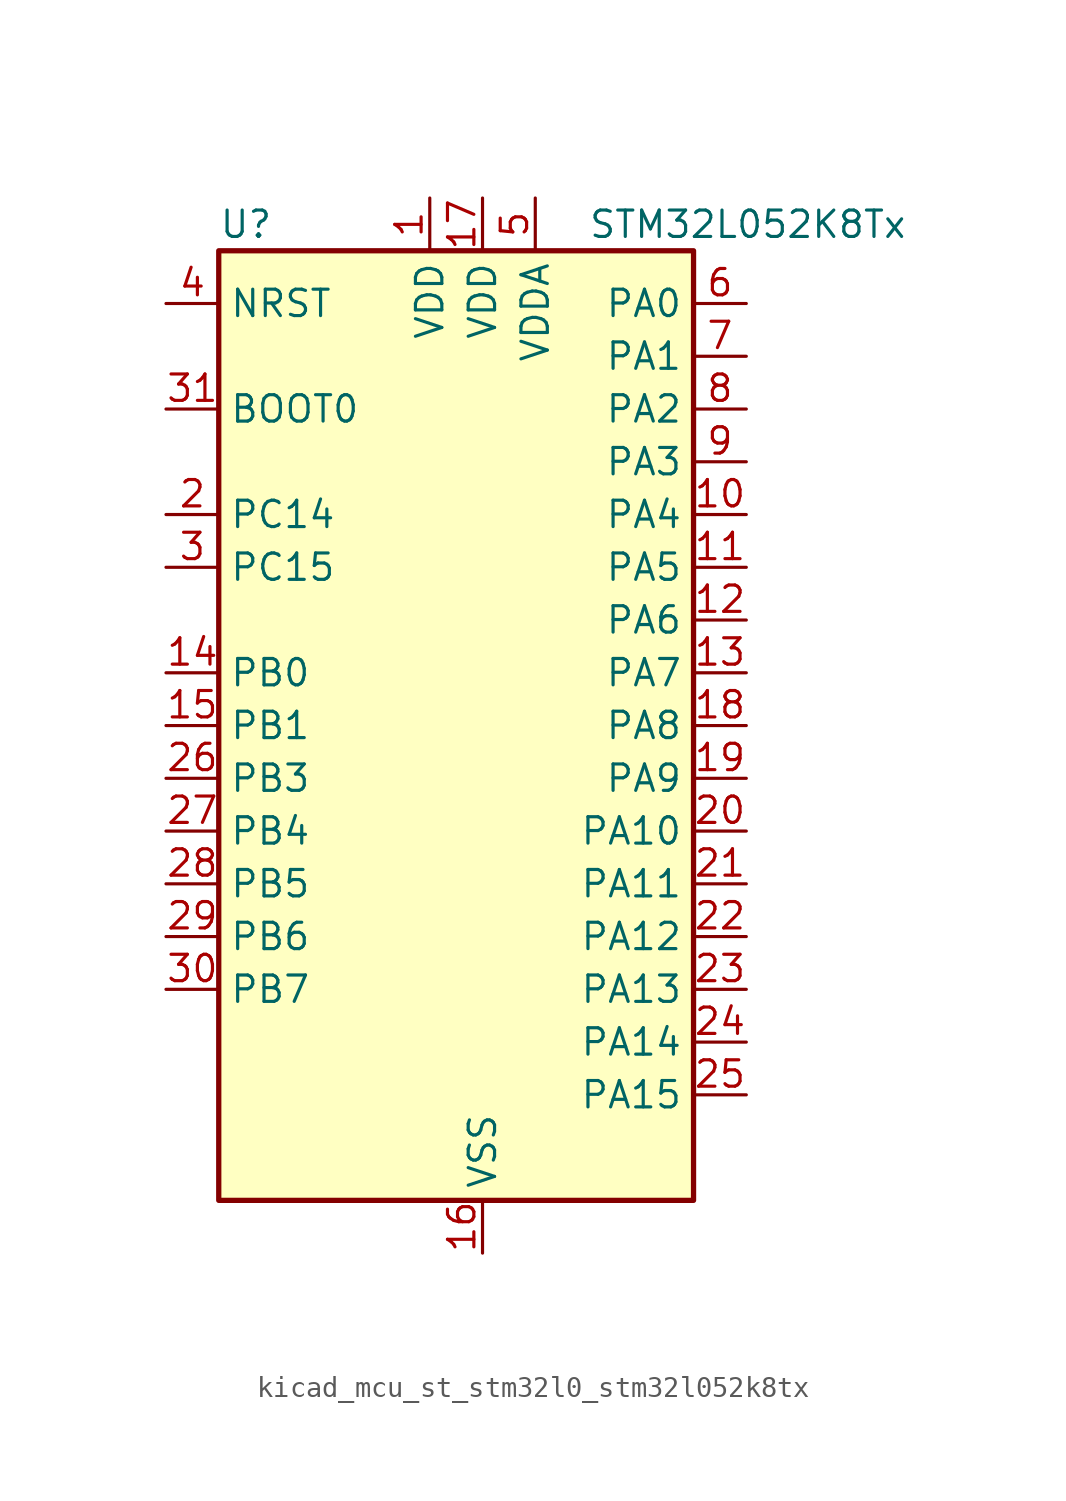
<source format=kicad_sym>
(kicad_symbol_lib
  (version 20220914)
  (generator kicad_symbol_editor)
  (symbol "kicad_mcu_st_stm32l0_stm32l052k8tx"
    (property "Reference" "U"
      (at -10.16 24.13 0)
      (effects (font (size 1.27 1.27)) (justify left)))
    (property "Value" "STM32L052K8Tx"
      (at 7.62 24.13 0)
      (effects (font (size 1.27 1.27)) (justify left)))
    (property "ki_locked" ""
      (at 0 0 0)
      (effects (font (size 1.27 1.27))))
    (symbol "kicad_mcu_st_stm32l0_stm32l052k8tx_0_1"
      (rectangle (start -10.16 -22.86) (end 12.7 22.86) (stroke (width 0.254) (type default)) (fill (type background))))
    (symbol "kicad_mcu_st_stm32l0_stm32l052k8tx_1_1"
      (pin power_in line (at 0 25.4 270) (length 2.54) (name "VDD" (effects (font (size 1.27 1.27)))) (number "1" (effects (font (size 1.27 1.27)))))
      (pin bidirectional line (at 15.24 10.16 180) (length 2.54) (name "PA4" (effects (font (size 1.27 1.27)))) (number "10" (effects (font (size 1.27 1.27)))) (alternate "ADC_IN4" bidirectional line) (alternate "COMP1_INM" bidirectional line) (alternate "COMP2_INM" bidirectional line) (alternate "DAC_OUT1" bidirectional line) (alternate "SPI1_NSS" bidirectional line) (alternate "TIM22_ETR" bidirectional line) (alternate "TSC_G2_IO1" bidirectional line) (alternate "USART2_CK" bidirectional line))
      (pin bidirectional line (at 15.24 7.62 180) (length 2.54) (name "PA5" (effects (font (size 1.27 1.27)))) (number "11" (effects (font (size 1.27 1.27)))) (alternate "ADC_IN5" bidirectional line) (alternate "COMP1_INM" bidirectional line) (alternate "COMP2_INM" bidirectional line) (alternate "SPI1_SCK" bidirectional line) (alternate "TIM2_CH1" bidirectional line) (alternate "TIM2_ETR" bidirectional line) (alternate "TSC_G2_IO2" bidirectional line))
      (pin bidirectional line (at 15.24 5.08 180) (length 2.54) (name "PA6" (effects (font (size 1.27 1.27)))) (number "12" (effects (font (size 1.27 1.27)))) (alternate "ADC_IN6" bidirectional line) (alternate "COMP1_OUT" bidirectional line) (alternate "SPI1_MISO" bidirectional line) (alternate "TIM22_CH1" bidirectional line) (alternate "TSC_G2_IO3" bidirectional line))
      (pin bidirectional line (at 15.24 2.54 180) (length 2.54) (name "PA7" (effects (font (size 1.27 1.27)))) (number "13" (effects (font (size 1.27 1.27)))) (alternate "ADC_IN7" bidirectional line) (alternate "COMP2_OUT" bidirectional line) (alternate "SPI1_MOSI" bidirectional line) (alternate "TIM22_CH2" bidirectional line) (alternate "TSC_G2_IO4" bidirectional line))
      (pin bidirectional line (at -12.7 2.54 0) (length 2.54) (name "PB0" (effects (font (size 1.27 1.27)))) (number "14" (effects (font (size 1.27 1.27)))) (alternate "ADC_IN8" bidirectional line) (alternate "SYS_VREF_OUT_PB0" bidirectional line) (alternate "TSC_G3_IO2" bidirectional line))
      (pin bidirectional line (at -12.7 0 0) (length 2.54) (name "PB1" (effects (font (size 1.27 1.27)))) (number "15" (effects (font (size 1.27 1.27)))) (alternate "ADC_IN9" bidirectional line) (alternate "SYS_VREF_OUT_PB1" bidirectional line) (alternate "TSC_G3_IO3" bidirectional line))
      (pin power_in line (at 2.54 -25.4 90) (length 2.54) (name "VSS" (effects (font (size 1.27 1.27)))) (number "16" (effects (font (size 1.27 1.27)))))
      (pin power_in line (at 2.54 25.4 270) (length 2.54) (name "VDD" (effects (font (size 1.27 1.27)))) (number "17" (effects (font (size 1.27 1.27)))))
      (pin bidirectional line (at 15.24 0 180) (length 2.54) (name "PA8" (effects (font (size 1.27 1.27)))) (number "18" (effects (font (size 1.27 1.27)))) (alternate "CRS_SYNC" bidirectional line) (alternate "RCC_MCO" bidirectional line) (alternate "USART1_CK" bidirectional line))
      (pin bidirectional line (at 15.24 -2.54 180) (length 2.54) (name "PA9" (effects (font (size 1.27 1.27)))) (number "19" (effects (font (size 1.27 1.27)))) (alternate "DAC_EXTI9" bidirectional line) (alternate "RCC_MCO" bidirectional line) (alternate "TSC_G4_IO1" bidirectional line) (alternate "USART1_TX" bidirectional line))
      (pin bidirectional line (at -12.7 10.16 0) (length 2.54) (name "PC14" (effects (font (size 1.27 1.27)))) (number "2" (effects (font (size 1.27 1.27)))) (alternate "RCC_OSC32_IN" bidirectional line))
      (pin bidirectional line (at 15.24 -5.08 180) (length 2.54) (name "PA10" (effects (font (size 1.27 1.27)))) (number "20" (effects (font (size 1.27 1.27)))) (alternate "TSC_G4_IO2" bidirectional line) (alternate "USART1_RX" bidirectional line))
      (pin bidirectional line (at 15.24 -7.62 180) (length 2.54) (name "PA11" (effects (font (size 1.27 1.27)))) (number "21" (effects (font (size 1.27 1.27)))) (alternate "ADC_EXTI11" bidirectional line) (alternate "COMP1_OUT" bidirectional line) (alternate "SPI1_MISO" bidirectional line) (alternate "TSC_G4_IO3" bidirectional line) (alternate "USART1_CTS" bidirectional line) (alternate "USB_DM" bidirectional line))
      (pin bidirectional line (at 15.24 -10.16 180) (length 2.54) (name "PA12" (effects (font (size 1.27 1.27)))) (number "22" (effects (font (size 1.27 1.27)))) (alternate "COMP2_OUT" bidirectional line) (alternate "SPI1_MOSI" bidirectional line) (alternate "TSC_G4_IO4" bidirectional line) (alternate "USART1_DE" bidirectional line) (alternate "USART1_RTS" bidirectional line) (alternate "USB_DP" bidirectional line))
      (pin bidirectional line (at 15.24 -12.7 180) (length 2.54) (name "PA13" (effects (font (size 1.27 1.27)))) (number "23" (effects (font (size 1.27 1.27)))) (alternate "SYS_SWDIO" bidirectional line) (alternate "USB_NOE" bidirectional line))
      (pin bidirectional line (at 15.24 -15.24 180) (length 2.54) (name "PA14" (effects (font (size 1.27 1.27)))) (number "24" (effects (font (size 1.27 1.27)))) (alternate "SYS_SWCLK" bidirectional line) (alternate "USART2_TX" bidirectional line))
      (pin bidirectional line (at 15.24 -17.78 180) (length 2.54) (name "PA15" (effects (font (size 1.27 1.27)))) (number "25" (effects (font (size 1.27 1.27)))) (alternate "SPI1_NSS" bidirectional line) (alternate "TIM2_CH1" bidirectional line) (alternate "TIM2_ETR" bidirectional line) (alternate "USART2_RX" bidirectional line))
      (pin bidirectional line (at -12.7 -2.54 0) (length 2.54) (name "PB3" (effects (font (size 1.27 1.27)))) (number "26" (effects (font (size 1.27 1.27)))) (alternate "COMP2_INM" bidirectional line) (alternate "SPI1_SCK" bidirectional line) (alternate "TIM2_CH2" bidirectional line) (alternate "TSC_G5_IO1" bidirectional line))
      (pin bidirectional line (at -12.7 -5.08 0) (length 2.54) (name "PB4" (effects (font (size 1.27 1.27)))) (number "27" (effects (font (size 1.27 1.27)))) (alternate "COMP2_INP" bidirectional line) (alternate "SPI1_MISO" bidirectional line) (alternate "TIM22_CH1" bidirectional line) (alternate "TSC_G5_IO2" bidirectional line))
      (pin bidirectional line (at -12.7 -7.62 0) (length 2.54) (name "PB5" (effects (font (size 1.27 1.27)))) (number "28" (effects (font (size 1.27 1.27)))) (alternate "COMP2_INP" bidirectional line) (alternate "I2C1_SMBA" bidirectional line) (alternate "LPTIM1_IN1" bidirectional line) (alternate "SPI1_MOSI" bidirectional line) (alternate "TIM22_CH2" bidirectional line))
      (pin bidirectional line (at -12.7 -10.16 0) (length 2.54) (name "PB6" (effects (font (size 1.27 1.27)))) (number "29" (effects (font (size 1.27 1.27)))) (alternate "COMP2_INP" bidirectional line) (alternate "I2C1_SCL" bidirectional line) (alternate "LPTIM1_ETR" bidirectional line) (alternate "TSC_G5_IO3" bidirectional line) (alternate "USART1_TX" bidirectional line))
      (pin bidirectional line (at -12.7 7.62 0) (length 2.54) (name "PC15" (effects (font (size 1.27 1.27)))) (number "3" (effects (font (size 1.27 1.27)))) (alternate "RCC_OSC32_OUT" bidirectional line))
      (pin bidirectional line (at -12.7 -12.7 0) (length 2.54) (name "PB7" (effects (font (size 1.27 1.27)))) (number "30" (effects (font (size 1.27 1.27)))) (alternate "COMP2_INP" bidirectional line) (alternate "I2C1_SDA" bidirectional line) (alternate "LPTIM1_IN2" bidirectional line) (alternate "SYS_PVD_IN" bidirectional line) (alternate "TSC_G5_IO4" bidirectional line) (alternate "USART1_RX" bidirectional line))
      (pin input line (at -12.7 15.24 0) (length 2.54) (name "BOOT0" (effects (font (size 1.27 1.27)))) (number "31" (effects (font (size 1.27 1.27)))))
      (pin passive line (at 2.54 -25.4 90) (length 2.54) hide (name "VSS" (effects (font (size 1.27 1.27)))) (number "32" (effects (font (size 1.27 1.27)))))
      (pin input line (at -12.7 20.32 0) (length 2.54) (name "NRST" (effects (font (size 1.27 1.27)))) (number "4" (effects (font (size 1.27 1.27)))))
      (pin power_in line (at 5.08 25.4 270) (length 2.54) (name "VDDA" (effects (font (size 1.27 1.27)))) (number "5" (effects (font (size 1.27 1.27)))))
      (pin bidirectional line (at 15.24 20.32 180) (length 2.54) (name "PA0" (effects (font (size 1.27 1.27)))) (number "6" (effects (font (size 1.27 1.27)))) (alternate "ADC_IN0" bidirectional line) (alternate "COMP1_INM" bidirectional line) (alternate "COMP1_OUT" bidirectional line) (alternate "RTC_TAMP2" bidirectional line) (alternate "SYS_WKUP1" bidirectional line) (alternate "TIM2_CH1" bidirectional line) (alternate "TIM2_ETR" bidirectional line) (alternate "TSC_G1_IO1" bidirectional line) (alternate "USART2_CTS" bidirectional line))
      (pin bidirectional line (at 15.24 17.78 180) (length 2.54) (name "PA1" (effects (font (size 1.27 1.27)))) (number "7" (effects (font (size 1.27 1.27)))) (alternate "ADC_IN1" bidirectional line) (alternate "COMP1_INP" bidirectional line) (alternate "TIM21_ETR" bidirectional line) (alternate "TIM2_CH2" bidirectional line) (alternate "TSC_G1_IO2" bidirectional line) (alternate "USART2_DE" bidirectional line) (alternate "USART2_RTS" bidirectional line))
      (pin bidirectional line (at 15.24 15.24 180) (length 2.54) (name "PA2" (effects (font (size 1.27 1.27)))) (number "8" (effects (font (size 1.27 1.27)))) (alternate "ADC_IN2" bidirectional line) (alternate "COMP2_INM" bidirectional line) (alternate "COMP2_OUT" bidirectional line) (alternate "TIM21_CH1" bidirectional line) (alternate "TIM2_CH3" bidirectional line) (alternate "TSC_G1_IO3" bidirectional line) (alternate "USART2_TX" bidirectional line))
      (pin bidirectional line (at 15.24 12.7 180) (length 2.54) (name "PA3" (effects (font (size 1.27 1.27)))) (number "9" (effects (font (size 1.27 1.27)))) (alternate "ADC_IN3" bidirectional line) (alternate "COMP2_INP" bidirectional line) (alternate "TIM21_CH2" bidirectional line) (alternate "TIM2_CH4" bidirectional line) (alternate "TSC_G1_IO4" bidirectional line) (alternate "USART2_RX" bidirectional line)))))
</source>
